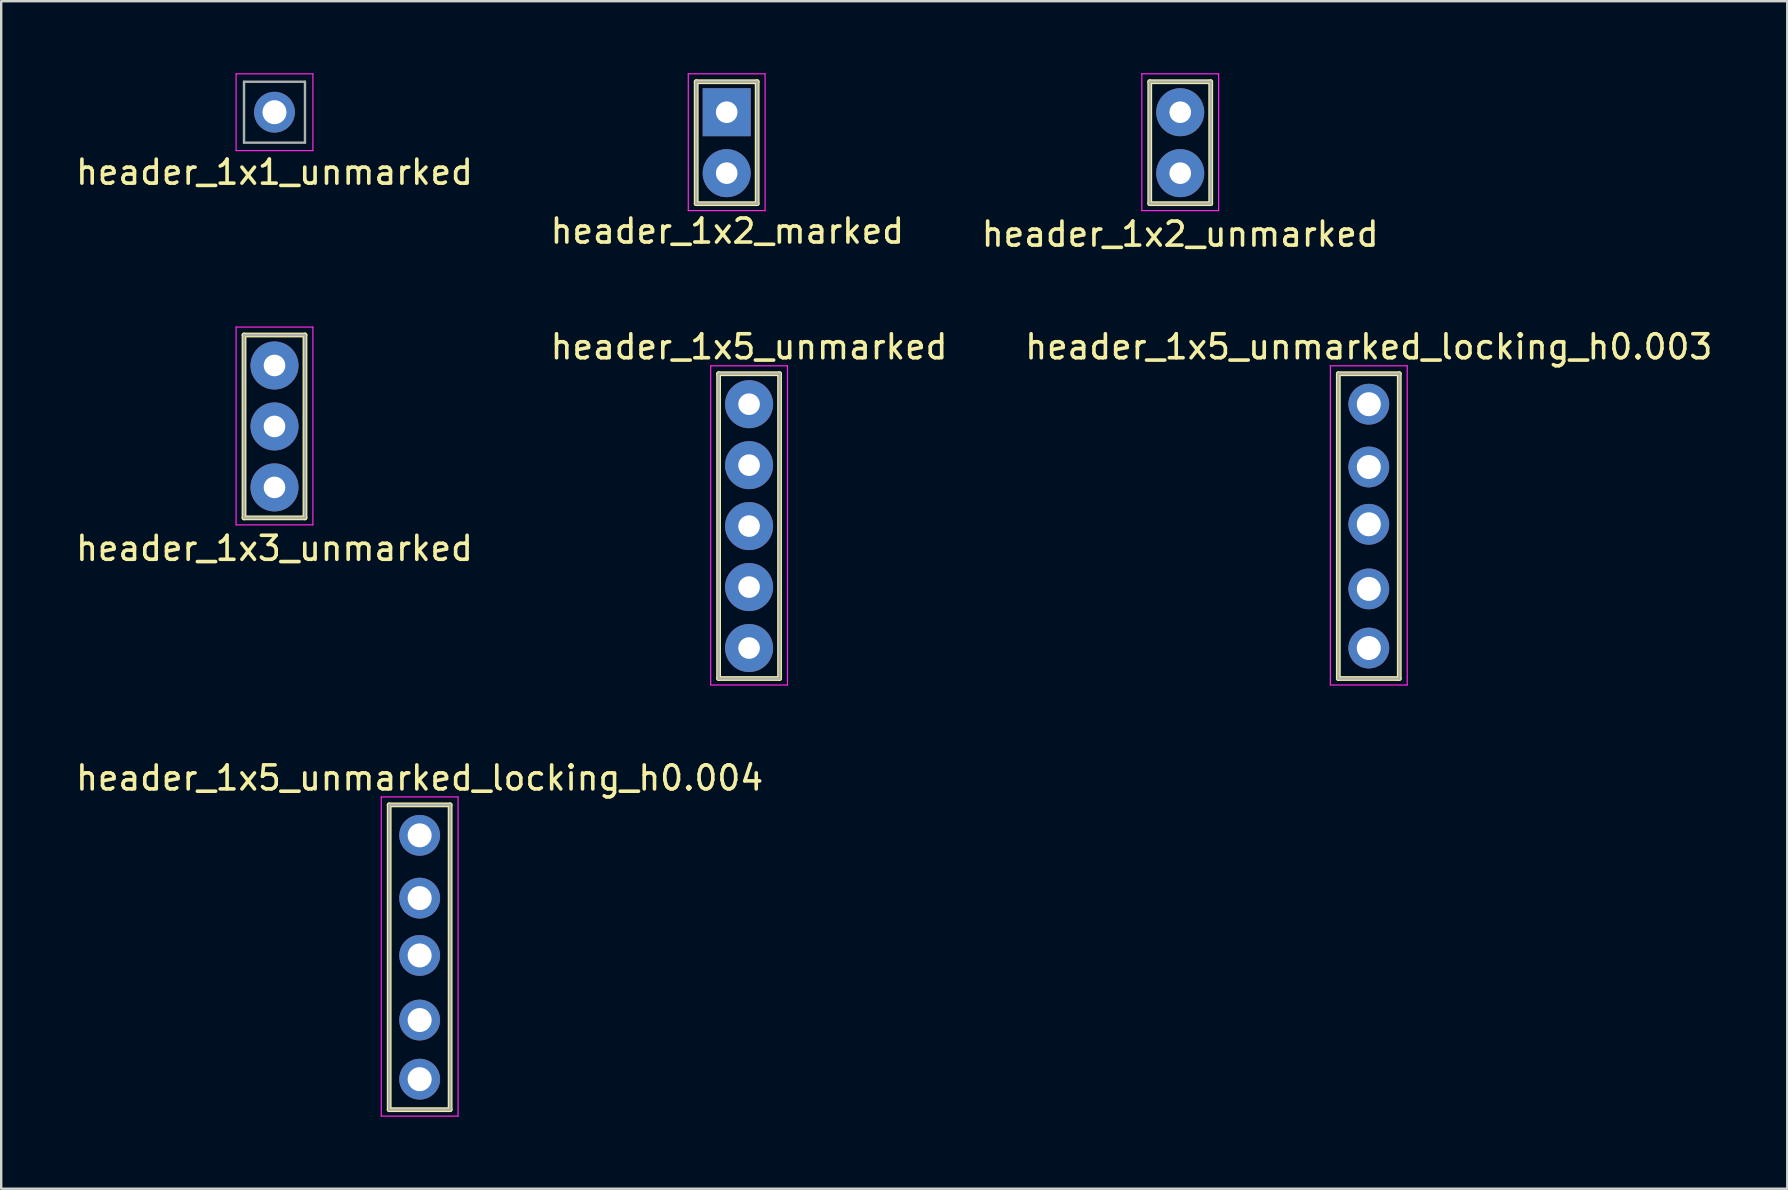
<source format=kicad_pcb>
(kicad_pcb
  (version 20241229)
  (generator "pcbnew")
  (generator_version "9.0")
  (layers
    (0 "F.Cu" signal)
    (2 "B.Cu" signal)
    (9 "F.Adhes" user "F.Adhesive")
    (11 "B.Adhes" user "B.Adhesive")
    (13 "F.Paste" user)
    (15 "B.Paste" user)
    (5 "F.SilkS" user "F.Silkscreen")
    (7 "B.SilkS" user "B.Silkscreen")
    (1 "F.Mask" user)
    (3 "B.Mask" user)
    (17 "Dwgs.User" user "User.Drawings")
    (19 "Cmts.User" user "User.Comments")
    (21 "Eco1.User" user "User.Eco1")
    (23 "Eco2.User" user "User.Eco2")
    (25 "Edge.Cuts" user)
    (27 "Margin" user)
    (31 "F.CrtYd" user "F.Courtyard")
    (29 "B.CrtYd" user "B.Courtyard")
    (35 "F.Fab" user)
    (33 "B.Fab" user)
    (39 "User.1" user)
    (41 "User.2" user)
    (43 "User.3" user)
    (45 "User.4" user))
  (footprint "header_1x5_unmarked"
    (layer "F.Cu")
    (at 28.161 13.791)
    (property "Reference" "header_1x5_unmarked" (at 0 -2.39 0) (layer "F.SilkS") (effects (font (size 1 1) (thickness 0.15))))
    (attr through_hole)
    (fp_line (start -1.27 -1.27) (end 1.27 -1.27) (stroke (width 0.2) (type solid)) (layer "F.SilkS"))
    (fp_line (start -1.27 11.43) (end -1.27 -1.27) (stroke (width 0.2) (type solid)) (layer "F.SilkS"))
    (fp_line (start 1.27 -1.27) (end 1.27 11.43) (stroke (width 0.2) (type solid)) (layer "F.SilkS"))
    (fp_line (start 1.27 11.43) (end -1.27 11.43) (stroke (width 0.2) (type solid)) (layer "F.SilkS"))
    (fp_line (start -1.6 -1.6) (end -1.6 11.7) (stroke (width 0.05) (type solid)) (layer "F.CrtYd"))
    (fp_line (start -1.6 11.7) (end 1.6 11.7) (stroke (width 0.05) (type solid)) (layer "F.CrtYd"))
    (fp_line (start 1.6 -1.6) (end -1.6 -1.6) (stroke (width 0.05) (type solid)) (layer "F.CrtYd"))
    (fp_line (start 1.6 11.7) (end 1.6 -1.6) (stroke (width 0.05) (type solid)) (layer "F.CrtYd"))
    (fp_line (start -1.27 -1.27) (end -1.27 11.43) (stroke (width 0.1) (type solid)) (layer "F.Fab"))
    (fp_line (start -1.27 11.43) (end 1.27 11.43) (stroke (width 0.1) (type solid)) (layer "F.Fab"))
    (fp_line (start 1.27 -1.27) (end -1.27 -1.27) (stroke (width 0.1) (type solid)) (layer "F.Fab"))
    (fp_line (start 1.27 11.43) (end 1.27 -1.27) (stroke (width 0.1) (type solid)) (layer "F.Fab"))
    (pad "1" thru_hole circle (at 0 0) (size 2 2) (drill 0.9) (layers "*.Cu" "*.Mask"))
    (pad "2" thru_hole oval (at 0 2.54) (size 2 2) (drill 0.9) (layers "*.Cu" "*.Mask"))
    (pad "3" thru_hole oval (at 0 5.08) (size 2 2) (drill 0.9) (layers "*.Cu" "*.Mask"))
    (pad "4" thru_hole oval (at 0 7.62) (size 2 2) (drill 0.9) (layers "*.Cu" "*.Mask"))
    (pad "5" thru_hole oval (at 0 10.16) (size 2 2) (drill 0.9) (layers "*.Cu" "*.Mask")))
  (footprint "header_1x2_marked"
    (layer "F.Cu")
    (at 27.228 1.625)
    (property "Reference" "header_1x2_marked" (at 0.028 4.953 0) (layer "F.SilkS") (effects (font (size 1 1) (thickness 0.15))))
    (attr through_hole)
    (fp_line (start -1.27 -1.27) (end 1.27 -1.27) (stroke (width 0.2) (type solid)) (layer "F.SilkS"))
    (fp_line (start -1.27 3.81) (end -1.27 -1.27) (stroke (width 0.2) (type solid)) (layer "F.SilkS"))
    (fp_line (start 1.27 -1.27) (end 1.27 3.81) (stroke (width 0.2) (type solid)) (layer "F.SilkS"))
    (fp_line (start 1.27 3.81) (end -1.27 3.81) (stroke (width 0.2) (type solid)) (layer "F.SilkS"))
    (fp_line (start -1.6 -1.6) (end -1.6 4.1) (stroke (width 0.05) (type solid)) (layer "F.CrtYd"))
    (fp_line (start -1.6 4.1) (end 1.6 4.1) (stroke (width 0.05) (type solid)) (layer "F.CrtYd"))
    (fp_line (start 1.6 -1.6) (end -1.6 -1.6) (stroke (width 0.05) (type solid)) (layer "F.CrtYd"))
    (fp_line (start 1.6 4.1) (end 1.6 -1.6) (stroke (width 0.05) (type solid)) (layer "F.CrtYd"))
    (fp_line (start -1.27 -1.27) (end -1.27 3.81) (stroke (width 0.1) (type solid)) (layer "F.Fab"))
    (fp_line (start -1.27 3.81) (end 1.27 3.81) (stroke (width 0.1) (type solid)) (layer "F.Fab"))
    (fp_line (start 1.27 -1.27) (end -1.27 -1.27) (stroke (width 0.1) (type solid)) (layer "F.Fab"))
    (fp_line (start 1.27 3.81) (end 1.27 -1.27) (stroke (width 0.1) (type solid)) (layer "F.Fab"))
    (pad "1" thru_hole rect (at 0 0) (size 2 2) (drill 0.9) (layers "*.Cu" "*.Mask"))
    (pad "2" thru_hole oval (at 0 2.54) (size 2 2) (drill 0.9) (layers "*.Cu" "*.Mask")))
  (footprint "header_1x5_unmarked_locking_h0.003"
    (layer "F.Cu")
    (at 53.982 13.791)
    (property "Reference" "header_1x5_unmarked_locking_h0.003" (at 0 -2.39 0) (layer "F.SilkS") (effects (font (size 1 1) (thickness 0.15))))
    (attr through_hole)
    (fp_line (start -1.27 -1.27) (end 1.27 -1.27) (stroke (width 0.2) (type solid)) (layer "F.SilkS"))
    (fp_line (start -1.27 11.43) (end -1.27 -1.27) (stroke (width 0.2) (type solid)) (layer "F.SilkS"))
    (fp_line (start 1.27 -1.27) (end 1.27 11.43) (stroke (width 0.2) (type solid)) (layer "F.SilkS"))
    (fp_line (start 1.27 11.43) (end -1.27 11.43) (stroke (width 0.2) (type solid)) (layer "F.SilkS"))
    (fp_line (start -1.6 -1.6) (end -1.6 11.7) (stroke (width 0.05) (type solid)) (layer "F.CrtYd"))
    (fp_line (start -1.6 11.7) (end 1.6 11.7) (stroke (width 0.05) (type solid)) (layer "F.CrtYd"))
    (fp_line (start 1.6 -1.6) (end -1.6 -1.6) (stroke (width 0.05) (type solid)) (layer "F.CrtYd"))
    (fp_line (start 1.6 11.7) (end 1.6 -1.6) (stroke (width 0.05) (type solid)) (layer "F.CrtYd"))
    (fp_line (start -1.27 -1.27) (end -1.27 11.43) (stroke (width 0.1) (type solid)) (layer "F.Fab"))
    (fp_line (start -1.27 11.43) (end 1.27 11.43) (stroke (width 0.1) (type solid)) (layer "F.Fab"))
    (fp_line (start 1.27 -1.27) (end -1.27 -1.27) (stroke (width 0.1) (type solid)) (layer "F.Fab"))
    (fp_line (start 1.27 11.43) (end 1.27 -1.27) (stroke (width 0.1) (type solid)) (layer "F.Fab"))
    (pad "1" thru_hole circle (at 0 0) (size 1.7 1.7) (drill 1) (layers "*.Cu" "*.Mask"))
    (pad "2" thru_hole circle (at 0 2.616) (size 1.7 1.7) (drill 1) (layers "*.Cu" "*.Mask"))
    (pad "3" thru_hole circle (at 0 5.004) (size 1.7 1.7) (drill 1) (layers "*.Cu" "*.Mask"))
    (pad "4" thru_hole circle (at 0 7.696) (size 1.7 1.7) (drill 1) (layers "*.Cu" "*.Mask"))
    (pad "5" thru_hole circle (at 0 10.16) (size 1.7 1.7) (drill 1) (layers "*.Cu" "*.Mask")))
  (footprint "header_1x2_unmarked"
    (layer "F.Cu")
    (at 46.125 1.625)
    (property "Reference" "header_1x2_unmarked" (at 0 5.08 0) (layer "F.SilkS") (effects (font (size 1 1) (thickness 0.15))))
    (attr through_hole)
    (fp_line (start -1.27 -1.27) (end 1.27 -1.27) (stroke (width 0.2) (type solid)) (layer "F.SilkS"))
    (fp_line (start -1.27 3.81) (end -1.27 -1.27) (stroke (width 0.2) (type solid)) (layer "F.SilkS"))
    (fp_line (start 1.27 -1.27) (end 1.27 3.81) (stroke (width 0.2) (type solid)) (layer "F.SilkS"))
    (fp_line (start 1.27 3.81) (end -1.27 3.81) (stroke (width 0.2) (type solid)) (layer "F.SilkS"))
    (fp_line (start -1.6 -1.6) (end -1.6 4.1) (stroke (width 0.05) (type solid)) (layer "F.CrtYd"))
    (fp_line (start -1.6 4.1) (end 1.6 4.1) (stroke (width 0.05) (type solid)) (layer "F.CrtYd"))
    (fp_line (start 1.6 -1.6) (end -1.6 -1.6) (stroke (width 0.05) (type solid)) (layer "F.CrtYd"))
    (fp_line (start 1.6 4.1) (end 1.6 -1.6) (stroke (width 0.05) (type solid)) (layer "F.CrtYd"))
    (fp_line (start -1.27 -1.27) (end -1.27 3.81) (stroke (width 0.1) (type solid)) (layer "F.Fab"))
    (fp_line (start -1.27 3.81) (end 1.27 3.81) (stroke (width 0.1) (type solid)) (layer "F.Fab"))
    (fp_line (start 1.27 -1.27) (end -1.27 -1.27) (stroke (width 0.1) (type solid)) (layer "F.Fab"))
    (fp_line (start 1.27 3.81) (end 1.27 -1.27) (stroke (width 0.1) (type solid)) (layer "F.Fab"))
    (pad "1" thru_hole circle (at 0 0) (size 2 2) (drill 0.9) (layers "*.Cu" "*.Mask"))
    (pad "2" thru_hole oval (at 0 2.54) (size 2 2) (drill 0.9) (layers "*.Cu" "*.Mask")))
  (footprint "header_1x1_unmarked"
    (layer "F.Cu")
    (at 8.387 1.625)
    (property "Reference" "header_1x1_unmarked" (at 0 2.5 0) (layer "F.SilkS") (effects (font (size 1 1) (thickness 0.15))))
    (attr through_hole)
    (fp_line (start -1.6 -1.6) (end -1.6 1.6) (stroke (width 0.05) (type solid)) (layer "F.CrtYd"))
    (fp_line (start -1.6 1.6) (end 1.6 1.6) (stroke (width 0.05) (type solid)) (layer "F.CrtYd"))
    (fp_line (start 1.6 -1.6) (end -1.6 -1.6) (stroke (width 0.05) (type solid)) (layer "F.CrtYd"))
    (fp_line (start 1.6 1.6) (end 1.6 -1.6) (stroke (width 0.05) (type solid)) (layer "F.CrtYd"))
    (fp_line (start -1.27 -1.27) (end -1.27 1.27) (stroke (width 0.1) (type solid)) (layer "F.Fab"))
    (fp_line (start -1.27 1.27) (end 1.27 1.27) (stroke (width 0.1) (type solid)) (layer "F.Fab"))
    (fp_line (start 1.27 -1.27) (end -1.27 -1.27) (stroke (width 0.1) (type solid)) (layer "F.Fab"))
    (fp_line (start 1.27 1.27) (end 1.27 -1.27) (stroke (width 0.1) (type solid)) (layer "F.Fab"))
    (pad "1" thru_hole circle (at 0 0) (size 1.7 1.7) (drill 1) (layers "*.Cu" "*.Mask")))
  (footprint "header_1x5_unmarked_locking_h0.004"
    (layer "F.Cu")
    (at 14.435 31.755)
    (property "Reference" "header_1x5_unmarked_locking_h0.004" (at 0 -2.39 0) (layer "F.SilkS") (effects (font (size 1 1) (thickness 0.15))))
    (attr through_hole)
    (fp_line (start -1.27 -1.27) (end 1.27 -1.27) (stroke (width 0.2) (type solid)) (layer "F.SilkS"))
    (fp_line (start -1.27 11.43) (end -1.27 -1.27) (stroke (width 0.2) (type solid)) (layer "F.SilkS"))
    (fp_line (start 1.27 -1.27) (end 1.27 11.43) (stroke (width 0.2) (type solid)) (layer "F.SilkS"))
    (fp_line (start 1.27 11.43) (end -1.27 11.43) (stroke (width 0.2) (type solid)) (layer "F.SilkS"))
    (fp_line (start -1.6 -1.6) (end -1.6 11.7) (stroke (width 0.05) (type solid)) (layer "F.CrtYd"))
    (fp_line (start -1.6 11.7) (end 1.6 11.7) (stroke (width 0.05) (type solid)) (layer "F.CrtYd"))
    (fp_line (start 1.6 -1.6) (end -1.6 -1.6) (stroke (width 0.05) (type solid)) (layer "F.CrtYd"))
    (fp_line (start 1.6 11.7) (end 1.6 -1.6) (stroke (width 0.05) (type solid)) (layer "F.CrtYd"))
    (fp_line (start -1.27 -1.27) (end -1.27 11.43) (stroke (width 0.1) (type solid)) (layer "F.Fab"))
    (fp_line (start -1.27 11.43) (end 1.27 11.43) (stroke (width 0.1) (type solid)) (layer "F.Fab"))
    (fp_line (start 1.27 -1.27) (end -1.27 -1.27) (stroke (width 0.1) (type solid)) (layer "F.Fab"))
    (fp_line (start 1.27 11.43) (end 1.27 -1.27) (stroke (width 0.1) (type solid)) (layer "F.Fab"))
    (pad "1" thru_hole circle (at 0 0) (size 1.7 1.7) (drill 1) (layers "*.Cu" "*.Mask"))
    (pad "2" thru_hole circle (at 0 2.616) (size 1.7 1.7) (drill 1) (layers "*.Cu" "*.Mask"))
    (pad "3" thru_hole circle (at 0 5.004) (size 1.7 1.7) (drill 1) (layers "*.Cu" "*.Mask"))
    (pad "4" thru_hole circle (at 0 7.696) (size 1.7 1.7) (drill 1) (layers "*.Cu" "*.Mask"))
    (pad "5" thru_hole circle (at 0 10.16) (size 1.7 1.7) (drill 1) (layers "*.Cu" "*.Mask")))
  (footprint "header_1x3_unmarked"
    (layer "F.Cu")
    (at 8.387 12.178)
    (property "Reference" "header_1x3_unmarked" (at 0 7.62 0) (layer "F.SilkS") (effects (font (size 1 1) (thickness 0.15))))
    (attr through_hole)
    (fp_line (start -1.27 -1.27) (end 1.27 -1.27) (stroke (width 0.2) (type solid)) (layer "F.SilkS"))
    (fp_line (start -1.27 6.35) (end -1.27 -1.27) (stroke (width 0.2) (type solid)) (layer "F.SilkS"))
    (fp_line (start 1.27 -1.27) (end 1.27 6.35) (stroke (width 0.2) (type solid)) (layer "F.SilkS"))
    (fp_line (start 1.27 6.35) (end -1.27 6.35) (stroke (width 0.2) (type solid)) (layer "F.SilkS"))
    (fp_line (start -1.6 -1.6) (end -1.6 6.64) (stroke (width 0.05) (type solid)) (layer "F.CrtYd"))
    (fp_line (start -1.6 6.64) (end 1.6 6.64) (stroke (width 0.05) (type solid)) (layer "F.CrtYd"))
    (fp_line (start 1.6 -1.6) (end -1.6 -1.6) (stroke (width 0.05) (type solid)) (layer "F.CrtYd"))
    (fp_line (start 1.6 6.64) (end 1.6 -1.6) (stroke (width 0.05) (type solid)) (layer "F.CrtYd"))
    (fp_line (start -1.27 -1.27) (end -1.27 6.35) (stroke (width 0.1) (type solid)) (layer "F.Fab"))
    (fp_line (start -1.27 6.35) (end 1.27 6.35) (stroke (width 0.1) (type solid)) (layer "F.Fab"))
    (fp_line (start 1.27 -1.27) (end -1.27 -1.27) (stroke (width 0.1) (type solid)) (layer "F.Fab"))
    (fp_line (start 1.27 6.35) (end 1.27 -1.27) (stroke (width 0.1) (type solid)) (layer "F.Fab"))
    (pad "1" thru_hole circle (at 0 0) (size 2 2) (drill 0.9) (layers "*.Cu" "*.Mask"))
    (pad "2" thru_hole oval (at 0 2.54) (size 2 2) (drill 0.9) (layers "*.Cu" "*.Mask"))
    (pad "3" thru_hole oval (at 0 5.08) (size 2 2) (drill 0.9) (layers "*.Cu" "*.Mask")))
  (gr_rect
    (start -3 -3)
    (end 71.417 46.48)
    (stroke (width 0.1) (type default))
    (fill no)
    (layer "Edge.Cuts")))
</source>
